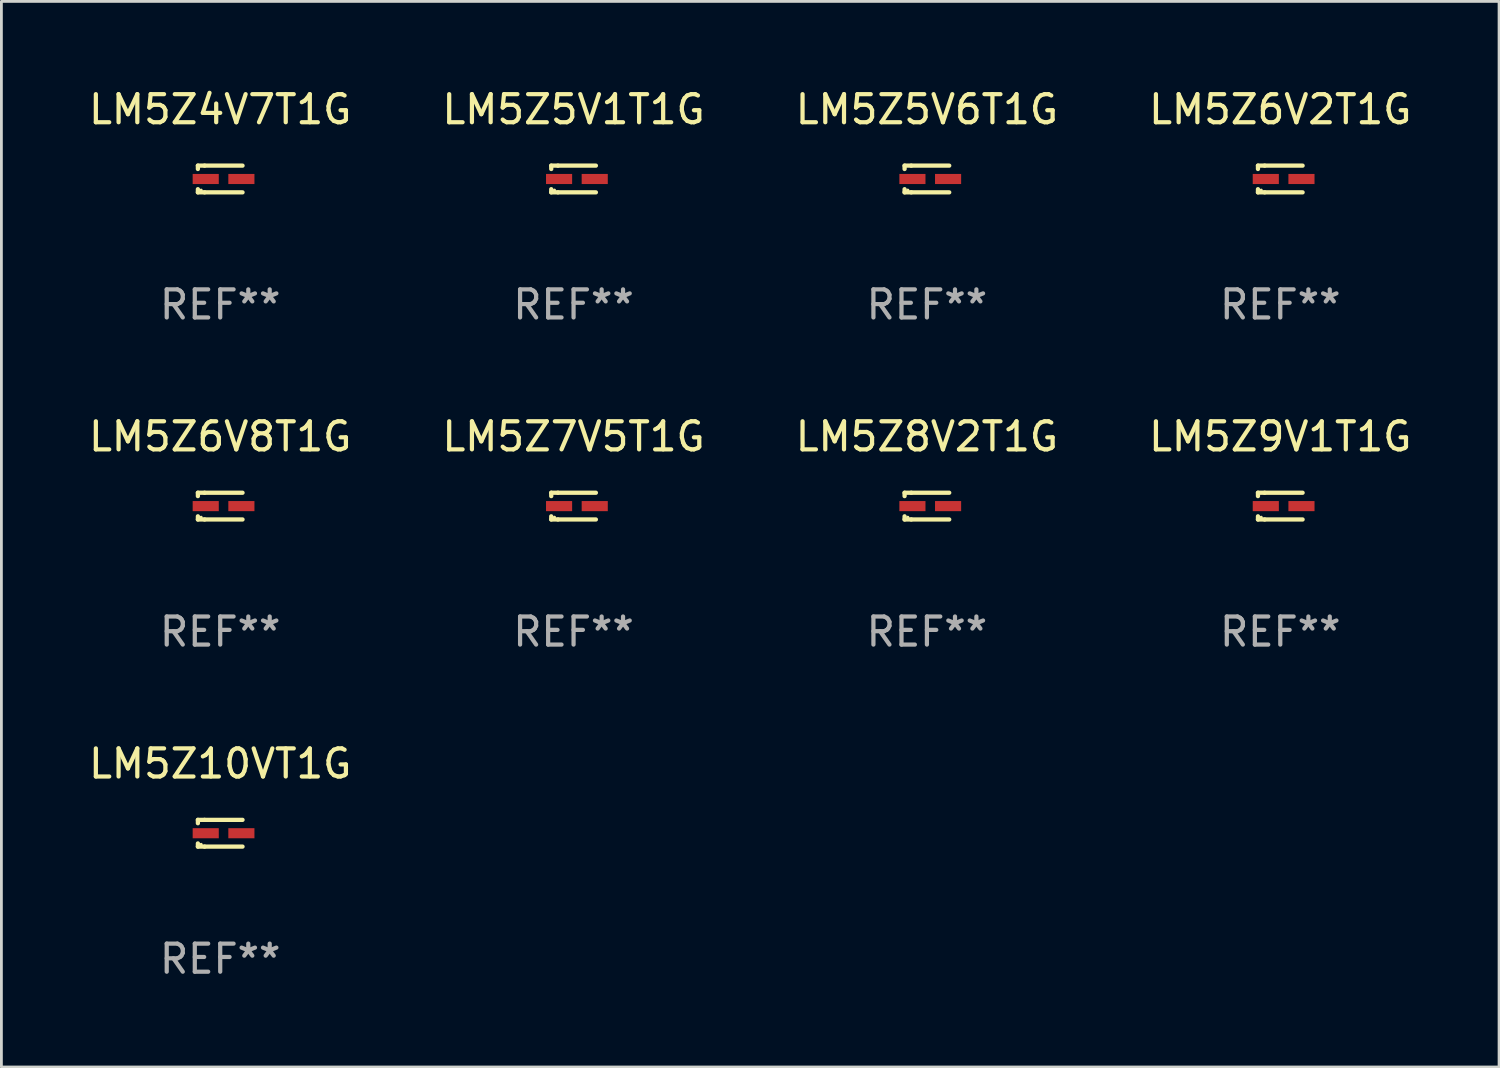
<source format=kicad_pcb>
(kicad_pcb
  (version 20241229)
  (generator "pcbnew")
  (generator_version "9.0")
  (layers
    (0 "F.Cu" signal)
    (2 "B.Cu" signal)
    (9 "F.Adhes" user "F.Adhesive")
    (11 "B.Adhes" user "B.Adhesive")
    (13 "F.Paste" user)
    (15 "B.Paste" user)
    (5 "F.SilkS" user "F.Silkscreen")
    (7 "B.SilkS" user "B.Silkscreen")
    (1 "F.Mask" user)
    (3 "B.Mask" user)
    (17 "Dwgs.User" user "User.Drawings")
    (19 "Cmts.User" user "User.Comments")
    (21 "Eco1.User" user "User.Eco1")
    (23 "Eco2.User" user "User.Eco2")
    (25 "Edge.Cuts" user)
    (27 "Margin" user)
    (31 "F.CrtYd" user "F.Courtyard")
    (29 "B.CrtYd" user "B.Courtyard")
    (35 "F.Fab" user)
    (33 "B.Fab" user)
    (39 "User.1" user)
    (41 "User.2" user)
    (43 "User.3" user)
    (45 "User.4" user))
  (footprint "LM5Z10VT1G"
    (layer "F.Cu")
    (at 4.792 26.622)
    (property "Reference" "LM5Z10VT1G" (at 0 -2.476 0) (layer "F.SilkS") (effects (font (size 1 1) (thickness 0.15))))
    (attr through_hole)
    (fp_line (start -0.795 -0.476) (end -0.795 -0.356) (stroke (width 0.152) (type solid)) (layer "F.SilkS"))
    (fp_line (start -0.795 0.363) (end -0.795 0.476) (stroke (width 0.152) (type solid)) (layer "F.SilkS"))
    (fp_line (start -0.795 0.476) (end -0.557 0.476) (stroke (width 0.152) (type solid)) (layer "F.SilkS"))
    (fp_line (start -0.557 -0.476) (end -0.795 -0.476) (stroke (width 0.152) (type solid)) (layer "F.SilkS"))
    (fp_line (start -0.557 -0.476) (end 0.795 -0.476) (stroke (width 0.152) (type solid)) (layer "F.SilkS"))
    (fp_line (start -0.557 0.476) (end 0.795 0.476) (stroke (width 0.152) (type solid)) (layer "F.SilkS"))
    (fp_circle (center -0.681 0.4) (end -0.651 0.4) (stroke (width 0.06) (type solid)) (fill no) (layer "F.SilkS"))
    (fp_text user "REF**" (at 0 4.476 0) (layer "F.Fab") (effects (font (size 1 1) (thickness 0.15))))
    (pad "1" smd rect (at -0.516 0 180) (size 0.93 0.36) (layers "F.Cu" "F.Mask" "F.Paste"))
    (pad "2" smd rect (at 0.754 0 180) (size 0.93 0.36) (layers "F.Cu" "F.Mask" "F.Paste")))
  (footprint "LM5Z4V7T1G"
    (layer "F.Cu")
    (at 4.792 3.324)
    (property "Reference" "LM5Z4V7T1G" (at 0 -2.476 0) (layer "F.SilkS") (effects (font (size 1 1) (thickness 0.15))))
    (attr through_hole)
    (fp_line (start -0.795 -0.476) (end -0.795 -0.356) (stroke (width 0.152) (type solid)) (layer "F.SilkS"))
    (fp_line (start -0.795 0.363) (end -0.795 0.476) (stroke (width 0.152) (type solid)) (layer "F.SilkS"))
    (fp_line (start -0.795 0.476) (end -0.557 0.476) (stroke (width 0.152) (type solid)) (layer "F.SilkS"))
    (fp_line (start -0.557 -0.476) (end -0.795 -0.476) (stroke (width 0.152) (type solid)) (layer "F.SilkS"))
    (fp_line (start -0.557 -0.476) (end 0.795 -0.476) (stroke (width 0.152) (type solid)) (layer "F.SilkS"))
    (fp_line (start -0.557 0.476) (end 0.795 0.476) (stroke (width 0.152) (type solid)) (layer "F.SilkS"))
    (fp_circle (center -0.681 0.4) (end -0.651 0.4) (stroke (width 0.06) (type solid)) (fill no) (layer "F.SilkS"))
    (fp_text user "REF**" (at 0 4.476 0) (layer "F.Fab") (effects (font (size 1 1) (thickness 0.15))))
    (pad "1" smd rect (at -0.516 0 180) (size 0.93 0.36) (layers "F.Cu" "F.Mask" "F.Paste"))
    (pad "2" smd rect (at 0.754 0 180) (size 0.93 0.36) (layers "F.Cu" "F.Mask" "F.Paste")))
  (footprint "LM5Z6V2T1G"
    (layer "F.Cu")
    (at 42.542 3.324)
    (property "Reference" "LM5Z6V2T1G" (at 0 -2.476 0) (layer "F.SilkS") (effects (font (size 1 1) (thickness 0.15))))
    (attr through_hole)
    (fp_line (start -0.795 -0.476) (end -0.795 -0.356) (stroke (width 0.152) (type solid)) (layer "F.SilkS"))
    (fp_line (start -0.795 0.363) (end -0.795 0.476) (stroke (width 0.152) (type solid)) (layer "F.SilkS"))
    (fp_line (start -0.795 0.476) (end -0.557 0.476) (stroke (width 0.152) (type solid)) (layer "F.SilkS"))
    (fp_line (start -0.557 -0.476) (end -0.795 -0.476) (stroke (width 0.152) (type solid)) (layer "F.SilkS"))
    (fp_line (start -0.557 -0.476) (end 0.795 -0.476) (stroke (width 0.152) (type solid)) (layer "F.SilkS"))
    (fp_line (start -0.557 0.476) (end 0.795 0.476) (stroke (width 0.152) (type solid)) (layer "F.SilkS"))
    (fp_circle (center -0.681 0.4) (end -0.651 0.4) (stroke (width 0.06) (type solid)) (fill no) (layer "F.SilkS"))
    (fp_text user "REF**" (at 0 4.476 0) (layer "F.Fab") (effects (font (size 1 1) (thickness 0.15))))
    (pad "1" smd rect (at -0.516 0 180) (size 0.93 0.36) (layers "F.Cu" "F.Mask" "F.Paste"))
    (pad "2" smd rect (at 0.754 0 180) (size 0.93 0.36) (layers "F.Cu" "F.Mask" "F.Paste")))
  (footprint "LM5Z8V2T1G"
    (layer "F.Cu")
    (at 29.958 14.973)
    (property "Reference" "LM5Z8V2T1G" (at 0 -2.476 0) (layer "F.SilkS") (effects (font (size 1 1) (thickness 0.15))))
    (attr through_hole)
    (fp_line (start -0.795 -0.476) (end -0.795 -0.356) (stroke (width 0.152) (type solid)) (layer "F.SilkS"))
    (fp_line (start -0.795 0.363) (end -0.795 0.476) (stroke (width 0.152) (type solid)) (layer "F.SilkS"))
    (fp_line (start -0.795 0.476) (end -0.557 0.476) (stroke (width 0.152) (type solid)) (layer "F.SilkS"))
    (fp_line (start -0.557 -0.476) (end -0.795 -0.476) (stroke (width 0.152) (type solid)) (layer "F.SilkS"))
    (fp_line (start -0.557 -0.476) (end 0.795 -0.476) (stroke (width 0.152) (type solid)) (layer "F.SilkS"))
    (fp_line (start -0.557 0.476) (end 0.795 0.476) (stroke (width 0.152) (type solid)) (layer "F.SilkS"))
    (fp_circle (center -0.681 0.4) (end -0.651 0.4) (stroke (width 0.06) (type solid)) (fill no) (layer "F.SilkS"))
    (fp_text user "REF**" (at 0 4.476 0) (layer "F.Fab") (effects (font (size 1 1) (thickness 0.15))))
    (pad "1" smd rect (at -0.516 0 180) (size 0.93 0.36) (layers "F.Cu" "F.Mask" "F.Paste"))
    (pad "2" smd rect (at 0.754 0 180) (size 0.93 0.36) (layers "F.Cu" "F.Mask" "F.Paste")))
  (footprint "LM5Z9V1T1G"
    (layer "F.Cu")
    (at 42.542 14.973)
    (property "Reference" "LM5Z9V1T1G" (at 0 -2.476 0) (layer "F.SilkS") (effects (font (size 1 1) (thickness 0.15))))
    (attr through_hole)
    (fp_line (start -0.795 -0.476) (end -0.795 -0.356) (stroke (width 0.152) (type solid)) (layer "F.SilkS"))
    (fp_line (start -0.795 0.363) (end -0.795 0.476) (stroke (width 0.152) (type solid)) (layer "F.SilkS"))
    (fp_line (start -0.795 0.476) (end -0.557 0.476) (stroke (width 0.152) (type solid)) (layer "F.SilkS"))
    (fp_line (start -0.557 -0.476) (end -0.795 -0.476) (stroke (width 0.152) (type solid)) (layer "F.SilkS"))
    (fp_line (start -0.557 -0.476) (end 0.795 -0.476) (stroke (width 0.152) (type solid)) (layer "F.SilkS"))
    (fp_line (start -0.557 0.476) (end 0.795 0.476) (stroke (width 0.152) (type solid)) (layer "F.SilkS"))
    (fp_circle (center -0.681 0.4) (end -0.651 0.4) (stroke (width 0.06) (type solid)) (fill no) (layer "F.SilkS"))
    (fp_text user "REF**" (at 0 4.476 0) (layer "F.Fab") (effects (font (size 1 1) (thickness 0.15))))
    (pad "1" smd rect (at -0.516 0 180) (size 0.93 0.36) (layers "F.Cu" "F.Mask" "F.Paste"))
    (pad "2" smd rect (at 0.754 0 180) (size 0.93 0.36) (layers "F.Cu" "F.Mask" "F.Paste")))
  (footprint "LM5Z5V6T1G"
    (layer "F.Cu")
    (at 29.958 3.324)
    (property "Reference" "LM5Z5V6T1G" (at 0 -2.476 0) (layer "F.SilkS") (effects (font (size 1 1) (thickness 0.15))))
    (attr through_hole)
    (fp_line (start -0.795 -0.476) (end -0.795 -0.356) (stroke (width 0.152) (type solid)) (layer "F.SilkS"))
    (fp_line (start -0.795 0.363) (end -0.795 0.476) (stroke (width 0.152) (type solid)) (layer "F.SilkS"))
    (fp_line (start -0.795 0.476) (end -0.557 0.476) (stroke (width 0.152) (type solid)) (layer "F.SilkS"))
    (fp_line (start -0.557 -0.476) (end -0.795 -0.476) (stroke (width 0.152) (type solid)) (layer "F.SilkS"))
    (fp_line (start -0.557 -0.476) (end 0.795 -0.476) (stroke (width 0.152) (type solid)) (layer "F.SilkS"))
    (fp_line (start -0.557 0.476) (end 0.795 0.476) (stroke (width 0.152) (type solid)) (layer "F.SilkS"))
    (fp_circle (center -0.681 0.4) (end -0.651 0.4) (stroke (width 0.06) (type solid)) (fill no) (layer "F.SilkS"))
    (fp_text user "REF**" (at 0 4.476 0) (layer "F.Fab") (effects (font (size 1 1) (thickness 0.15))))
    (pad "1" smd rect (at -0.516 0 180) (size 0.93 0.36) (layers "F.Cu" "F.Mask" "F.Paste"))
    (pad "2" smd rect (at 0.754 0 180) (size 0.93 0.36) (layers "F.Cu" "F.Mask" "F.Paste")))
  (footprint "LM5Z6V8T1G"
    (layer "F.Cu")
    (at 4.792 14.973)
    (property "Reference" "LM5Z6V8T1G" (at 0 -2.476 0) (layer "F.SilkS") (effects (font (size 1 1) (thickness 0.15))))
    (attr through_hole)
    (fp_line (start -0.795 -0.476) (end -0.795 -0.356) (stroke (width 0.152) (type solid)) (layer "F.SilkS"))
    (fp_line (start -0.795 0.363) (end -0.795 0.476) (stroke (width 0.152) (type solid)) (layer "F.SilkS"))
    (fp_line (start -0.795 0.476) (end -0.557 0.476) (stroke (width 0.152) (type solid)) (layer "F.SilkS"))
    (fp_line (start -0.557 -0.476) (end -0.795 -0.476) (stroke (width 0.152) (type solid)) (layer "F.SilkS"))
    (fp_line (start -0.557 -0.476) (end 0.795 -0.476) (stroke (width 0.152) (type solid)) (layer "F.SilkS"))
    (fp_line (start -0.557 0.476) (end 0.795 0.476) (stroke (width 0.152) (type solid)) (layer "F.SilkS"))
    (fp_circle (center -0.681 0.4) (end -0.651 0.4) (stroke (width 0.06) (type solid)) (fill no) (layer "F.SilkS"))
    (fp_text user "REF**" (at 0 4.476 0) (layer "F.Fab") (effects (font (size 1 1) (thickness 0.15))))
    (pad "1" smd rect (at -0.516 0 180) (size 0.93 0.36) (layers "F.Cu" "F.Mask" "F.Paste"))
    (pad "2" smd rect (at 0.754 0 180) (size 0.93 0.36) (layers "F.Cu" "F.Mask" "F.Paste")))
  (footprint "LM5Z7V5T1G"
    (layer "F.Cu")
    (at 17.375 14.973)
    (property "Reference" "LM5Z7V5T1G" (at 0 -2.476 0) (layer "F.SilkS") (effects (font (size 1 1) (thickness 0.15))))
    (attr through_hole)
    (fp_line (start -0.795 -0.476) (end -0.795 -0.356) (stroke (width 0.152) (type solid)) (layer "F.SilkS"))
    (fp_line (start -0.795 0.363) (end -0.795 0.476) (stroke (width 0.152) (type solid)) (layer "F.SilkS"))
    (fp_line (start -0.795 0.476) (end -0.557 0.476) (stroke (width 0.152) (type solid)) (layer "F.SilkS"))
    (fp_line (start -0.557 -0.476) (end -0.795 -0.476) (stroke (width 0.152) (type solid)) (layer "F.SilkS"))
    (fp_line (start -0.557 -0.476) (end 0.795 -0.476) (stroke (width 0.152) (type solid)) (layer "F.SilkS"))
    (fp_line (start -0.557 0.476) (end 0.795 0.476) (stroke (width 0.152) (type solid)) (layer "F.SilkS"))
    (fp_circle (center -0.681 0.4) (end -0.651 0.4) (stroke (width 0.06) (type solid)) (fill no) (layer "F.SilkS"))
    (fp_text user "REF**" (at 0 4.476 0) (layer "F.Fab") (effects (font (size 1 1) (thickness 0.15))))
    (pad "1" smd rect (at -0.516 0 180) (size 0.93 0.36) (layers "F.Cu" "F.Mask" "F.Paste"))
    (pad "2" smd rect (at 0.754 0 180) (size 0.93 0.36) (layers "F.Cu" "F.Mask" "F.Paste")))
  (footprint "LM5Z5V1T1G"
    (layer "F.Cu")
    (at 17.375 3.324)
    (property "Reference" "LM5Z5V1T1G" (at 0 -2.476 0) (layer "F.SilkS") (effects (font (size 1 1) (thickness 0.15))))
    (attr through_hole)
    (fp_line (start -0.795 -0.476) (end -0.795 -0.356) (stroke (width 0.152) (type solid)) (layer "F.SilkS"))
    (fp_line (start -0.795 0.363) (end -0.795 0.476) (stroke (width 0.152) (type solid)) (layer "F.SilkS"))
    (fp_line (start -0.795 0.476) (end -0.557 0.476) (stroke (width 0.152) (type solid)) (layer "F.SilkS"))
    (fp_line (start -0.557 -0.476) (end -0.795 -0.476) (stroke (width 0.152) (type solid)) (layer "F.SilkS"))
    (fp_line (start -0.557 -0.476) (end 0.795 -0.476) (stroke (width 0.152) (type solid)) (layer "F.SilkS"))
    (fp_line (start -0.557 0.476) (end 0.795 0.476) (stroke (width 0.152) (type solid)) (layer "F.SilkS"))
    (fp_circle (center -0.681 0.4) (end -0.651 0.4) (stroke (width 0.06) (type solid)) (fill no) (layer "F.SilkS"))
    (fp_text user "REF**" (at 0 4.476 0) (layer "F.Fab") (effects (font (size 1 1) (thickness 0.15))))
    (pad "1" smd rect (at -0.516 0 180) (size 0.93 0.36) (layers "F.Cu" "F.Mask" "F.Paste"))
    (pad "2" smd rect (at 0.754 0 180) (size 0.93 0.36) (layers "F.Cu" "F.Mask" "F.Paste")))
  (gr_rect
    (start -3 -3)
    (end 50.333 34.947)
    (stroke (width 0.1) (type default))
    (fill no)
    (layer "Edge.Cuts")))
</source>
